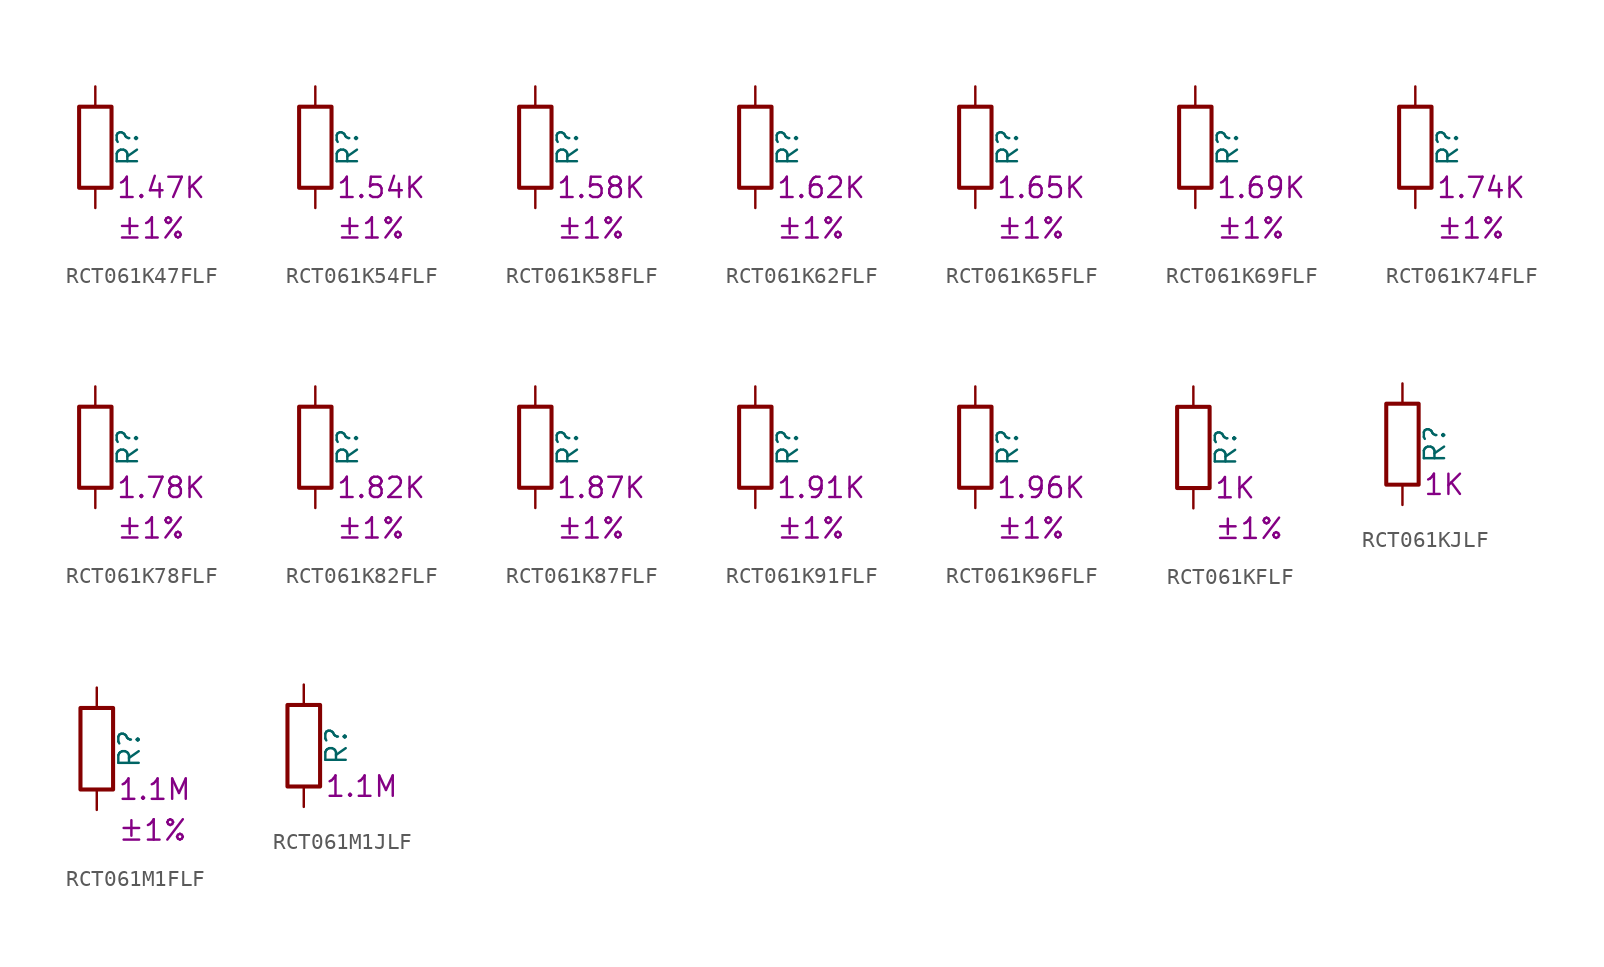
<source format=kicad_sym>
(kicad_symbol_lib
  (version 20220914)
  (generator kicad_symbol_editor)
  (symbol "RCT061K47FLF"
    (pin_numbers hide)
    (pin_names
      (offset 0))
    (property "Reference" "R"
      (at 2.032 0 90)
      (effects (font (size 1.27 1.27))))
    (property "Resistance" "1.47K"
      (at 1.27 -2.54 0)
      (effects (font (size 1.27 1.27)) (justify left)))
    (property "Tolerance" "±1%"
      (at 1.27 -5.08 0)
      (effects (font (size 1.27 1.27)) (justify left)))
    (symbol "RCT061K47FLF_0_1"
      (rectangle (start -1.016 -2.54) (end 1.016 2.54) (stroke (width 0.254) (type default)) (fill (type none))))
    (symbol "RCT061K47FLF_1_1"
      (pin passive line (at 0 3.81 270) (length 1.27) (name "~" (effects (font (size 1.27 1.27)))) (number "1" (effects (font (size 1.27 1.27)))))
      (pin passive line (at 0 -3.81 90) (length 1.27) (name "~" (effects (font (size 1.27 1.27)))) (number "2" (effects (font (size 1.27 1.27)))))))
  (symbol "RCT061K54FLF"
    (pin_numbers hide)
    (pin_names
      (offset 0))
    (property "Reference" "R"
      (at 2.032 0 90)
      (effects (font (size 1.27 1.27))))
    (property "Resistance" "1.54K"
      (at 1.27 -2.54 0)
      (effects (font (size 1.27 1.27)) (justify left)))
    (property "Tolerance" "±1%"
      (at 1.27 -5.08 0)
      (effects (font (size 1.27 1.27)) (justify left)))
    (symbol "RCT061K54FLF_0_1"
      (rectangle (start -1.016 -2.54) (end 1.016 2.54) (stroke (width 0.254) (type default)) (fill (type none))))
    (symbol "RCT061K54FLF_1_1"
      (pin passive line (at 0 3.81 270) (length 1.27) (name "~" (effects (font (size 1.27 1.27)))) (number "1" (effects (font (size 1.27 1.27)))))
      (pin passive line (at 0 -3.81 90) (length 1.27) (name "~" (effects (font (size 1.27 1.27)))) (number "2" (effects (font (size 1.27 1.27)))))))
  (symbol "RCT061K58FLF"
    (pin_numbers hide)
    (pin_names
      (offset 0))
    (property "Reference" "R"
      (at 2.032 0 90)
      (effects (font (size 1.27 1.27))))
    (property "Resistance" "1.58K"
      (at 1.27 -2.54 0)
      (effects (font (size 1.27 1.27)) (justify left)))
    (property "Tolerance" "±1%"
      (at 1.27 -5.08 0)
      (effects (font (size 1.27 1.27)) (justify left)))
    (symbol "RCT061K58FLF_0_1"
      (rectangle (start -1.016 -2.54) (end 1.016 2.54) (stroke (width 0.254) (type default)) (fill (type none))))
    (symbol "RCT061K58FLF_1_1"
      (pin passive line (at 0 3.81 270) (length 1.27) (name "~" (effects (font (size 1.27 1.27)))) (number "1" (effects (font (size 1.27 1.27)))))
      (pin passive line (at 0 -3.81 90) (length 1.27) (name "~" (effects (font (size 1.27 1.27)))) (number "2" (effects (font (size 1.27 1.27)))))))
  (symbol "RCT061K62FLF"
    (pin_numbers hide)
    (pin_names
      (offset 0))
    (property "Reference" "R"
      (at 2.032 0 90)
      (effects (font (size 1.27 1.27))))
    (property "Resistance" "1.62K"
      (at 1.27 -2.54 0)
      (effects (font (size 1.27 1.27)) (justify left)))
    (property "Tolerance" "±1%"
      (at 1.27 -5.08 0)
      (effects (font (size 1.27 1.27)) (justify left)))
    (symbol "RCT061K62FLF_0_1"
      (rectangle (start -1.016 -2.54) (end 1.016 2.54) (stroke (width 0.254) (type default)) (fill (type none))))
    (symbol "RCT061K62FLF_1_1"
      (pin passive line (at 0 3.81 270) (length 1.27) (name "~" (effects (font (size 1.27 1.27)))) (number "1" (effects (font (size 1.27 1.27)))))
      (pin passive line (at 0 -3.81 90) (length 1.27) (name "~" (effects (font (size 1.27 1.27)))) (number "2" (effects (font (size 1.27 1.27)))))))
  (symbol "RCT061K65FLF"
    (pin_numbers hide)
    (pin_names
      (offset 0))
    (property "Reference" "R"
      (at 2.032 0 90)
      (effects (font (size 1.27 1.27))))
    (property "Resistance" "1.65K"
      (at 1.27 -2.54 0)
      (effects (font (size 1.27 1.27)) (justify left)))
    (property "Tolerance" "±1%"
      (at 1.27 -5.08 0)
      (effects (font (size 1.27 1.27)) (justify left)))
    (symbol "RCT061K65FLF_0_1"
      (rectangle (start -1.016 -2.54) (end 1.016 2.54) (stroke (width 0.254) (type default)) (fill (type none))))
    (symbol "RCT061K65FLF_1_1"
      (pin passive line (at 0 3.81 270) (length 1.27) (name "~" (effects (font (size 1.27 1.27)))) (number "1" (effects (font (size 1.27 1.27)))))
      (pin passive line (at 0 -3.81 90) (length 1.27) (name "~" (effects (font (size 1.27 1.27)))) (number "2" (effects (font (size 1.27 1.27)))))))
  (symbol "RCT061K69FLF"
    (pin_numbers hide)
    (pin_names
      (offset 0))
    (property "Reference" "R"
      (at 2.032 0 90)
      (effects (font (size 1.27 1.27))))
    (property "Resistance" "1.69K"
      (at 1.27 -2.54 0)
      (effects (font (size 1.27 1.27)) (justify left)))
    (property "Tolerance" "±1%"
      (at 1.27 -5.08 0)
      (effects (font (size 1.27 1.27)) (justify left)))
    (symbol "RCT061K69FLF_0_1"
      (rectangle (start -1.016 -2.54) (end 1.016 2.54) (stroke (width 0.254) (type default)) (fill (type none))))
    (symbol "RCT061K69FLF_1_1"
      (pin passive line (at 0 3.81 270) (length 1.27) (name "~" (effects (font (size 1.27 1.27)))) (number "1" (effects (font (size 1.27 1.27)))))
      (pin passive line (at 0 -3.81 90) (length 1.27) (name "~" (effects (font (size 1.27 1.27)))) (number "2" (effects (font (size 1.27 1.27)))))))
  (symbol "RCT061K74FLF"
    (pin_numbers hide)
    (pin_names
      (offset 0))
    (property "Reference" "R"
      (at 2.032 0 90)
      (effects (font (size 1.27 1.27))))
    (property "Resistance" "1.74K"
      (at 1.27 -2.54 0)
      (effects (font (size 1.27 1.27)) (justify left)))
    (property "Tolerance" "±1%"
      (at 1.27 -5.08 0)
      (effects (font (size 1.27 1.27)) (justify left)))
    (symbol "RCT061K74FLF_0_1"
      (rectangle (start -1.016 -2.54) (end 1.016 2.54) (stroke (width 0.254) (type default)) (fill (type none))))
    (symbol "RCT061K74FLF_1_1"
      (pin passive line (at 0 3.81 270) (length 1.27) (name "~" (effects (font (size 1.27 1.27)))) (number "1" (effects (font (size 1.27 1.27)))))
      (pin passive line (at 0 -3.81 90) (length 1.27) (name "~" (effects (font (size 1.27 1.27)))) (number "2" (effects (font (size 1.27 1.27)))))))
  (symbol "RCT061K78FLF"
    (pin_numbers hide)
    (pin_names
      (offset 0))
    (property "Reference" "R"
      (at 2.032 0 90)
      (effects (font (size 1.27 1.27))))
    (property "Resistance" "1.78K"
      (at 1.27 -2.54 0)
      (effects (font (size 1.27 1.27)) (justify left)))
    (property "Tolerance" "±1%"
      (at 1.27 -5.08 0)
      (effects (font (size 1.27 1.27)) (justify left)))
    (symbol "RCT061K78FLF_0_1"
      (rectangle (start -1.016 -2.54) (end 1.016 2.54) (stroke (width 0.254) (type default)) (fill (type none))))
    (symbol "RCT061K78FLF_1_1"
      (pin passive line (at 0 3.81 270) (length 1.27) (name "~" (effects (font (size 1.27 1.27)))) (number "1" (effects (font (size 1.27 1.27)))))
      (pin passive line (at 0 -3.81 90) (length 1.27) (name "~" (effects (font (size 1.27 1.27)))) (number "2" (effects (font (size 1.27 1.27)))))))
  (symbol "RCT061K82FLF"
    (pin_numbers hide)
    (pin_names
      (offset 0))
    (property "Reference" "R"
      (at 2.032 0 90)
      (effects (font (size 1.27 1.27))))
    (property "Resistance" "1.82K"
      (at 1.27 -2.54 0)
      (effects (font (size 1.27 1.27)) (justify left)))
    (property "Tolerance" "±1%"
      (at 1.27 -5.08 0)
      (effects (font (size 1.27 1.27)) (justify left)))
    (symbol "RCT061K82FLF_0_1"
      (rectangle (start -1.016 -2.54) (end 1.016 2.54) (stroke (width 0.254) (type default)) (fill (type none))))
    (symbol "RCT061K82FLF_1_1"
      (pin passive line (at 0 3.81 270) (length 1.27) (name "~" (effects (font (size 1.27 1.27)))) (number "1" (effects (font (size 1.27 1.27)))))
      (pin passive line (at 0 -3.81 90) (length 1.27) (name "~" (effects (font (size 1.27 1.27)))) (number "2" (effects (font (size 1.27 1.27)))))))
  (symbol "RCT061K87FLF"
    (pin_numbers hide)
    (pin_names
      (offset 0))
    (property "Reference" "R"
      (at 2.032 0 90)
      (effects (font (size 1.27 1.27))))
    (property "Resistance" "1.87K"
      (at 1.27 -2.54 0)
      (effects (font (size 1.27 1.27)) (justify left)))
    (property "Tolerance" "±1%"
      (at 1.27 -5.08 0)
      (effects (font (size 1.27 1.27)) (justify left)))
    (symbol "RCT061K87FLF_0_1"
      (rectangle (start -1.016 -2.54) (end 1.016 2.54) (stroke (width 0.254) (type default)) (fill (type none))))
    (symbol "RCT061K87FLF_1_1"
      (pin passive line (at 0 3.81 270) (length 1.27) (name "~" (effects (font (size 1.27 1.27)))) (number "1" (effects (font (size 1.27 1.27)))))
      (pin passive line (at 0 -3.81 90) (length 1.27) (name "~" (effects (font (size 1.27 1.27)))) (number "2" (effects (font (size 1.27 1.27)))))))
  (symbol "RCT061K91FLF"
    (pin_numbers hide)
    (pin_names
      (offset 0))
    (property "Reference" "R"
      (at 2.032 0 90)
      (effects (font (size 1.27 1.27))))
    (property "Resistance" "1.91K"
      (at 1.27 -2.54 0)
      (effects (font (size 1.27 1.27)) (justify left)))
    (property "Tolerance" "±1%"
      (at 1.27 -5.08 0)
      (effects (font (size 1.27 1.27)) (justify left)))
    (symbol "RCT061K91FLF_0_1"
      (rectangle (start -1.016 -2.54) (end 1.016 2.54) (stroke (width 0.254) (type default)) (fill (type none))))
    (symbol "RCT061K91FLF_1_1"
      (pin passive line (at 0 3.81 270) (length 1.27) (name "~" (effects (font (size 1.27 1.27)))) (number "1" (effects (font (size 1.27 1.27)))))
      (pin passive line (at 0 -3.81 90) (length 1.27) (name "~" (effects (font (size 1.27 1.27)))) (number "2" (effects (font (size 1.27 1.27)))))))
  (symbol "RCT061K96FLF"
    (pin_numbers hide)
    (pin_names
      (offset 0))
    (property "Reference" "R"
      (at 2.032 0 90)
      (effects (font (size 1.27 1.27))))
    (property "Resistance" "1.96K"
      (at 1.27 -2.54 0)
      (effects (font (size 1.27 1.27)) (justify left)))
    (property "Tolerance" "±1%"
      (at 1.27 -5.08 0)
      (effects (font (size 1.27 1.27)) (justify left)))
    (symbol "RCT061K96FLF_0_1"
      (rectangle (start -1.016 -2.54) (end 1.016 2.54) (stroke (width 0.254) (type default)) (fill (type none))))
    (symbol "RCT061K96FLF_1_1"
      (pin passive line (at 0 3.81 270) (length 1.27) (name "~" (effects (font (size 1.27 1.27)))) (number "1" (effects (font (size 1.27 1.27)))))
      (pin passive line (at 0 -3.81 90) (length 1.27) (name "~" (effects (font (size 1.27 1.27)))) (number "2" (effects (font (size 1.27 1.27)))))))
  (symbol "RCT061KFLF"
    (pin_numbers hide)
    (pin_names
      (offset 0))
    (property "Reference" "R"
      (at 2.032 0 90)
      (effects (font (size 1.27 1.27))))
    (property "Resistance" "1K"
      (at 1.27 -2.54 0)
      (effects (font (size 1.27 1.27)) (justify left)))
    (property "Tolerance" "±1%"
      (at 1.27 -5.08 0)
      (effects (font (size 1.27 1.27)) (justify left)))
    (symbol "RCT061KFLF_0_1"
      (rectangle (start -1.016 -2.54) (end 1.016 2.54) (stroke (width 0.254) (type default)) (fill (type none))))
    (symbol "RCT061KFLF_1_1"
      (pin passive line (at 0 3.81 270) (length 1.27) (name "~" (effects (font (size 1.27 1.27)))) (number "1" (effects (font (size 1.27 1.27)))))
      (pin passive line (at 0 -3.81 90) (length 1.27) (name "~" (effects (font (size 1.27 1.27)))) (number "2" (effects (font (size 1.27 1.27)))))))
  (symbol "RCT061KJLF"
    (pin_numbers hide)
    (pin_names
      (offset 0))
    (property "Reference" "R"
      (at 2.032 0 90)
      (effects (font (size 1.27 1.27))))
    (property "Resistance" "1K"
      (at 1.27 -2.54 0)
      (effects (font (size 1.27 1.27)) (justify left)))
    (symbol "RCT061KJLF_0_1"
      (rectangle (start -1.016 -2.54) (end 1.016 2.54) (stroke (width 0.254) (type default)) (fill (type none))))
    (symbol "RCT061KJLF_1_1"
      (pin passive line (at 0 3.81 270) (length 1.27) (name "~" (effects (font (size 1.27 1.27)))) (number "1" (effects (font (size 1.27 1.27)))))
      (pin passive line (at 0 -3.81 90) (length 1.27) (name "~" (effects (font (size 1.27 1.27)))) (number "2" (effects (font (size 1.27 1.27)))))))
  (symbol "RCT061M1FLF"
    (pin_numbers hide)
    (pin_names
      (offset 0))
    (property "Reference" "R"
      (at 2.032 0 90)
      (effects (font (size 1.27 1.27))))
    (property "Resistance" "1.1M"
      (at 1.27 -2.54 0)
      (effects (font (size 1.27 1.27)) (justify left)))
    (property "Tolerance" "±1%"
      (at 1.27 -5.08 0)
      (effects (font (size 1.27 1.27)) (justify left)))
    (symbol "RCT061M1FLF_0_1"
      (rectangle (start -1.016 -2.54) (end 1.016 2.54) (stroke (width 0.254) (type default)) (fill (type none))))
    (symbol "RCT061M1FLF_1_1"
      (pin passive line (at 0 3.81 270) (length 1.27) (name "~" (effects (font (size 1.27 1.27)))) (number "1" (effects (font (size 1.27 1.27)))))
      (pin passive line (at 0 -3.81 90) (length 1.27) (name "~" (effects (font (size 1.27 1.27)))) (number "2" (effects (font (size 1.27 1.27)))))))
  (symbol "RCT061M1JLF"
    (pin_numbers hide)
    (pin_names
      (offset 0))
    (property "Reference" "R"
      (at 2.032 0 90)
      (effects (font (size 1.27 1.27))))
    (property "Resistance" "1.1M"
      (at 1.27 -2.54 0)
      (effects (font (size 1.27 1.27)) (justify left)))
    (symbol "RCT061M1JLF_0_1"
      (rectangle (start -1.016 -2.54) (end 1.016 2.54) (stroke (width 0.254) (type default)) (fill (type none))))
    (symbol "RCT061M1JLF_1_1"
      (pin passive line (at 0 3.81 270) (length 1.27) (name "~" (effects (font (size 1.27 1.27)))) (number "1" (effects (font (size 1.27 1.27)))))
      (pin passive line (at 0 -3.81 90) (length 1.27) (name "~" (effects (font (size 1.27 1.27)))) (number "2" (effects (font (size 1.27 1.27))))))))
</source>
